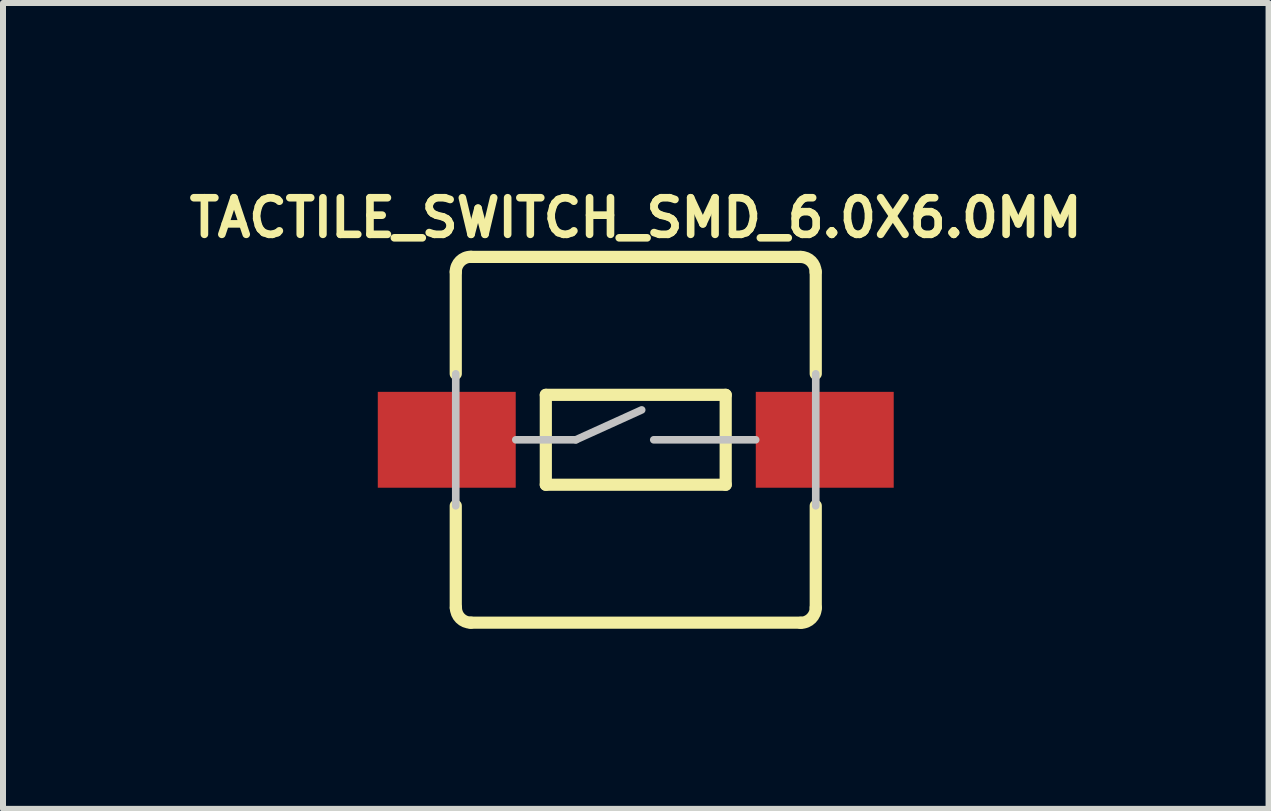
<source format=kicad_pcb>
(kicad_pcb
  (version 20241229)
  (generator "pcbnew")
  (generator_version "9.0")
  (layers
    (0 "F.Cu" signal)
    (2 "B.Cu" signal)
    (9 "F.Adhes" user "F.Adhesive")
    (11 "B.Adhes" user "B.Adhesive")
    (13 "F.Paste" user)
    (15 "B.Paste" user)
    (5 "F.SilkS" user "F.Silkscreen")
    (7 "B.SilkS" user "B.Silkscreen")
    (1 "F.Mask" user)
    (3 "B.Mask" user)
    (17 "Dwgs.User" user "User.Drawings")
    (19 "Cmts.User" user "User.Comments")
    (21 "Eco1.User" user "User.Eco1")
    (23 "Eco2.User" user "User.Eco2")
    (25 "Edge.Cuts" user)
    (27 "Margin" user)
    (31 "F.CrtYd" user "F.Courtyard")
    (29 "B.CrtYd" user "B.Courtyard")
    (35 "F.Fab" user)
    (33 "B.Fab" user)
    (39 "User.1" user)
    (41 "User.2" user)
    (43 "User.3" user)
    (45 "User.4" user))
  (footprint "TACTILE_SWITCH_SMD_6.0X6.0MM"
    (layer "F.Cu")
    (at 7.546 4.28)
    (property "Reference" "TACTILE_SWITCH_SMD_6.0X6.0MM" (at 0 -3.7 0) (layer "F.SilkS") (effects (font (size 0.61 0.61) (thickness 0.127))))
    (attr smd)
    (fp_line (start -3 -1.1) (end -3 -2.8) (stroke (width 0.203) (type solid)) (layer "F.SilkS"))
    (fp_line (start -3 2.8) (end -3 1.1) (stroke (width 0.203) (type solid)) (layer "F.SilkS"))
    (fp_line (start -2.748 -3.048) (end 2.748 -3.048) (stroke (width 0.203) (type solid)) (layer "F.SilkS"))
    (fp_line (start -1.499 -0.749) (end 1.499 -0.749) (stroke (width 0.203) (type solid)) (layer "F.SilkS"))
    (fp_line (start -1.499 0.749) (end -1.499 -0.749) (stroke (width 0.203) (type solid)) (layer "F.SilkS"))
    (fp_line (start 1.499 0.749) (end -1.499 0.749) (stroke (width 0.203) (type solid)) (layer "F.SilkS"))
    (fp_line (start 1.499 0.749) (end 1.499 -0.749) (stroke (width 0.203) (type solid)) (layer "F.SilkS"))
    (fp_line (start 2.748 3.048) (end -2.748 3.048) (stroke (width 0.203) (type solid)) (layer "F.SilkS"))
    (fp_line (start 3 -1.1) (end 3 -2.8) (stroke (width 0.203) (type solid)) (layer "F.SilkS"))
    (fp_line (start 3 2.8) (end 3 1.1) (stroke (width 0.203) (type solid)) (layer "F.SilkS"))
    (fp_arc (start -2.99974 -2.7986) (mid -2.926089 -2.976409) (end -2.74828 -3.05006) (stroke (width 0.2032) (type solid)) (layer "F.SilkS"))
    (fp_arc (start -2.74828 3.04752) (mid -2.924293 2.974613) (end -2.9972 2.7986) (stroke (width 0.2032) (type solid)) (layer "F.SilkS"))
    (fp_arc (start 2.74828 -3.04752) (mid 2.924293 -2.974613) (end 2.9972 -2.7986) (stroke (width 0.2032) (type solid)) (layer "F.SilkS"))
    (fp_arc (start 2.99974 2.7986) (mid 2.926089 2.976409) (end 2.74828 3.05006) (stroke (width 0.2032) (type solid)) (layer "F.SilkS"))
    (fp_line (start -3 -1.1) (end -3 1.1) (stroke (width 0.127) (type solid)) (layer "Dwgs.User"))
    (fp_line (start -1.999 0) (end -0.998 0) (stroke (width 0.127) (type solid)) (layer "Dwgs.User"))
    (fp_line (start -0.998 0) (end 0.099 -0.498) (stroke (width 0.127) (type solid)) (layer "Dwgs.User"))
    (fp_line (start 0.3 0) (end 1.999 0) (stroke (width 0.127) (type solid)) (layer "Dwgs.User"))
    (fp_line (start 3 -1.1) (end 3 1.1) (stroke (width 0.127) (type solid)) (layer "Dwgs.User"))
    (pad "1" smd rect (at -3.15 0 180) (size 2.299 1.598) (layers "F.Cu" "F.Mask" "F.Paste"))
    (pad "2" smd rect (at 3.15 0 180) (size 2.299 1.598) (layers "F.Cu" "F.Mask" "F.Paste")))
  (gr_rect
    (start -3 -3)
    (end 18.093 10.431)
    (stroke (width 0.1) (type default))
    (fill no)
    (layer "Edge.Cuts")))
</source>
